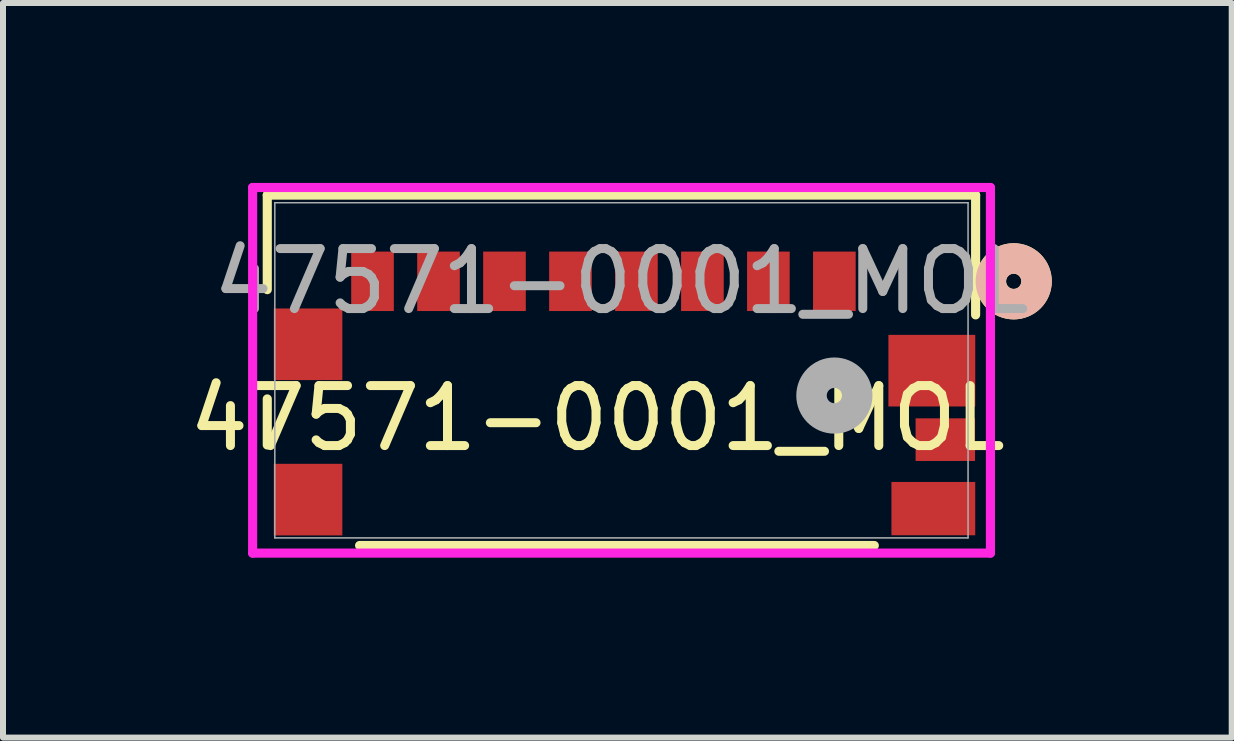
<source format=kicad_pcb>
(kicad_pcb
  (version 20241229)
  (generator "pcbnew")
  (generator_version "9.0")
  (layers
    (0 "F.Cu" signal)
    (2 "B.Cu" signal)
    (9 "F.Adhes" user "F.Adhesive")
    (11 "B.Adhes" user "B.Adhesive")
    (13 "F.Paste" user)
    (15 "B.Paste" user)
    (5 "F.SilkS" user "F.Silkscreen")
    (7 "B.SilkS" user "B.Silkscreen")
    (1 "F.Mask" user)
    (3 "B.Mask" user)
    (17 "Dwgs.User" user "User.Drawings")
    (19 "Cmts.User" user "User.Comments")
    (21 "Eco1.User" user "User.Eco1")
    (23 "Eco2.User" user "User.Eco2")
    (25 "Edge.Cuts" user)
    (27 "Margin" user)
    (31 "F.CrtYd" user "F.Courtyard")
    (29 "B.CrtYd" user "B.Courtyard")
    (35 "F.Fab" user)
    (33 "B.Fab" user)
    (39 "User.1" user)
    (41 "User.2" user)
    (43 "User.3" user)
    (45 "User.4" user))
  (footprint "47571-0001_MOL"
    (layer "F.Cu")
    (at 7.311 3.124)
    (property "Reference" "47571-0001_MOL" (at -0.4 0.8 0) (unlocked yes) (layer "F.SilkS") (effects (font (size 1 1) (thickness 0.15))))
    (attr smd)
    (fp_line (start -5.905 -2.921) (end -5.905 -1.345) (stroke (width 0.152) (type solid)) (layer "F.SilkS"))
    (fp_line (start -5.905 0.477) (end -5.905 1.245) (stroke (width 0.152) (type solid)) (layer "F.SilkS"))
    (fp_line (start -4.366 2.921) (end 4.216 2.921) (stroke (width 0.152) (type solid)) (layer "F.SilkS"))
    (fp_line (start 5.905 -2.921) (end -5.905 -2.921) (stroke (width 0.152) (type solid)) (layer "F.SilkS"))
    (fp_line (start 5.905 -0.924) (end 5.905 -2.921) (stroke (width 0.152) (type solid)) (layer "F.SilkS"))
    (fp_circle (center 6.54 -1.484) (end 6.921 -1.484) (stroke (width 0.508) (type solid)) (fill no) (layer "F.SilkS"))
    (fp_circle (center 6.54 -1.484) (end 6.921 -1.484) (stroke (width 0.508) (type solid)) (fill no) (layer "B.SilkS"))
    (fp_line (start -6.149 -3.048) (end -6.149 3.048) (stroke (width 0.152) (type solid)) (layer "F.CrtYd"))
    (fp_line (start -6.149 3.048) (end 6.152 3.048) (stroke (width 0.152) (type solid)) (layer "F.CrtYd"))
    (fp_line (start 6.152 -3.048) (end -6.149 -3.048) (stroke (width 0.152) (type solid)) (layer "F.CrtYd"))
    (fp_line (start 6.152 3.048) (end 6.152 -3.048) (stroke (width 0.152) (type solid)) (layer "F.CrtYd"))
    (fp_line (start -5.779 -2.794) (end -5.779 2.794) (stroke (width 0.025) (type solid)) (layer "F.Fab"))
    (fp_line (start -5.779 2.794) (end 5.779 2.794) (stroke (width 0.025) (type solid)) (layer "F.Fab"))
    (fp_line (start 5.779 -2.794) (end -5.779 -2.794) (stroke (width 0.025) (type solid)) (layer "F.Fab"))
    (fp_line (start 5.779 2.794) (end 5.779 -2.794) (stroke (width 0.025) (type solid)) (layer "F.Fab"))
    (fp_circle (center 3.55 0.421) (end 3.931 0.421) (stroke (width 0.508) (type solid)) (fill no) (layer "F.Fab"))
    (fp_text user "${REFERENCE}" (at 0 -1.484 0) (unlocked yes) (layer "F.Fab") (effects (font (size 1 1) (thickness 0.15))))
    (pad "1" smd rect (at 3.55 -1.484) (size 0.711 0.991) (layers "F.Cu" "F.Mask" "F.Paste"))
    (pad "2" smd rect (at 2.45 -1.484) (size 0.711 0.991) (layers "F.Cu" "F.Mask" "F.Paste"))
    (pad "3" smd rect (at 1.35 -1.484) (size 0.711 0.991) (layers "F.Cu" "F.Mask" "F.Paste"))
    (pad "4" smd rect (at 0.25 -1.484) (size 0.711 0.991) (layers "F.Cu" "F.Mask" "F.Paste"))
    (pad "5" smd rect (at -0.85 -1.484) (size 0.711 0.991) (layers "F.Cu" "F.Mask" "F.Paste"))
    (pad "6" smd rect (at -1.95 -1.484) (size 0.711 0.991) (layers "F.Cu" "F.Mask" "F.Paste"))
    (pad "7" smd rect (at -3.05 -1.484) (size 0.711 0.991) (layers "F.Cu" "F.Mask" "F.Paste"))
    (pad "8" smd rect (at -4.15 -1.484) (size 0.711 0.991) (layers "F.Cu" "F.Mask" "F.Paste"))
    (pad "9" smd rect (at -5.225 2.156 90) (size 1.194 1.143) (layers "F.Cu" "F.Mask" "F.Paste"))
    (pad "10" smd rect (at -5.225 -0.434 90) (size 1.194 1.143) (layers "F.Cu" "F.Mask" "F.Paste"))
    (pad "11" smd rect (at 5.175 0.006 90) (size 1.194 1.448) (layers "F.Cu" "F.Mask" "F.Paste"))
    (pad "12" smd rect (at 5.4 1.156) (size 0.991 0.711) (layers "F.Cu" "F.Mask" "F.Paste"))
    (pad "13" smd rect (at 5.2 2.306) (size 1.397 0.889) (layers "F.Cu" "F.Mask" "F.Paste")))
  (gr_rect
    (start -3 -3)
    (end 17.486 9.248)
    (stroke (width 0.1) (type default))
    (fill no)
    (layer "Edge.Cuts")))
</source>
